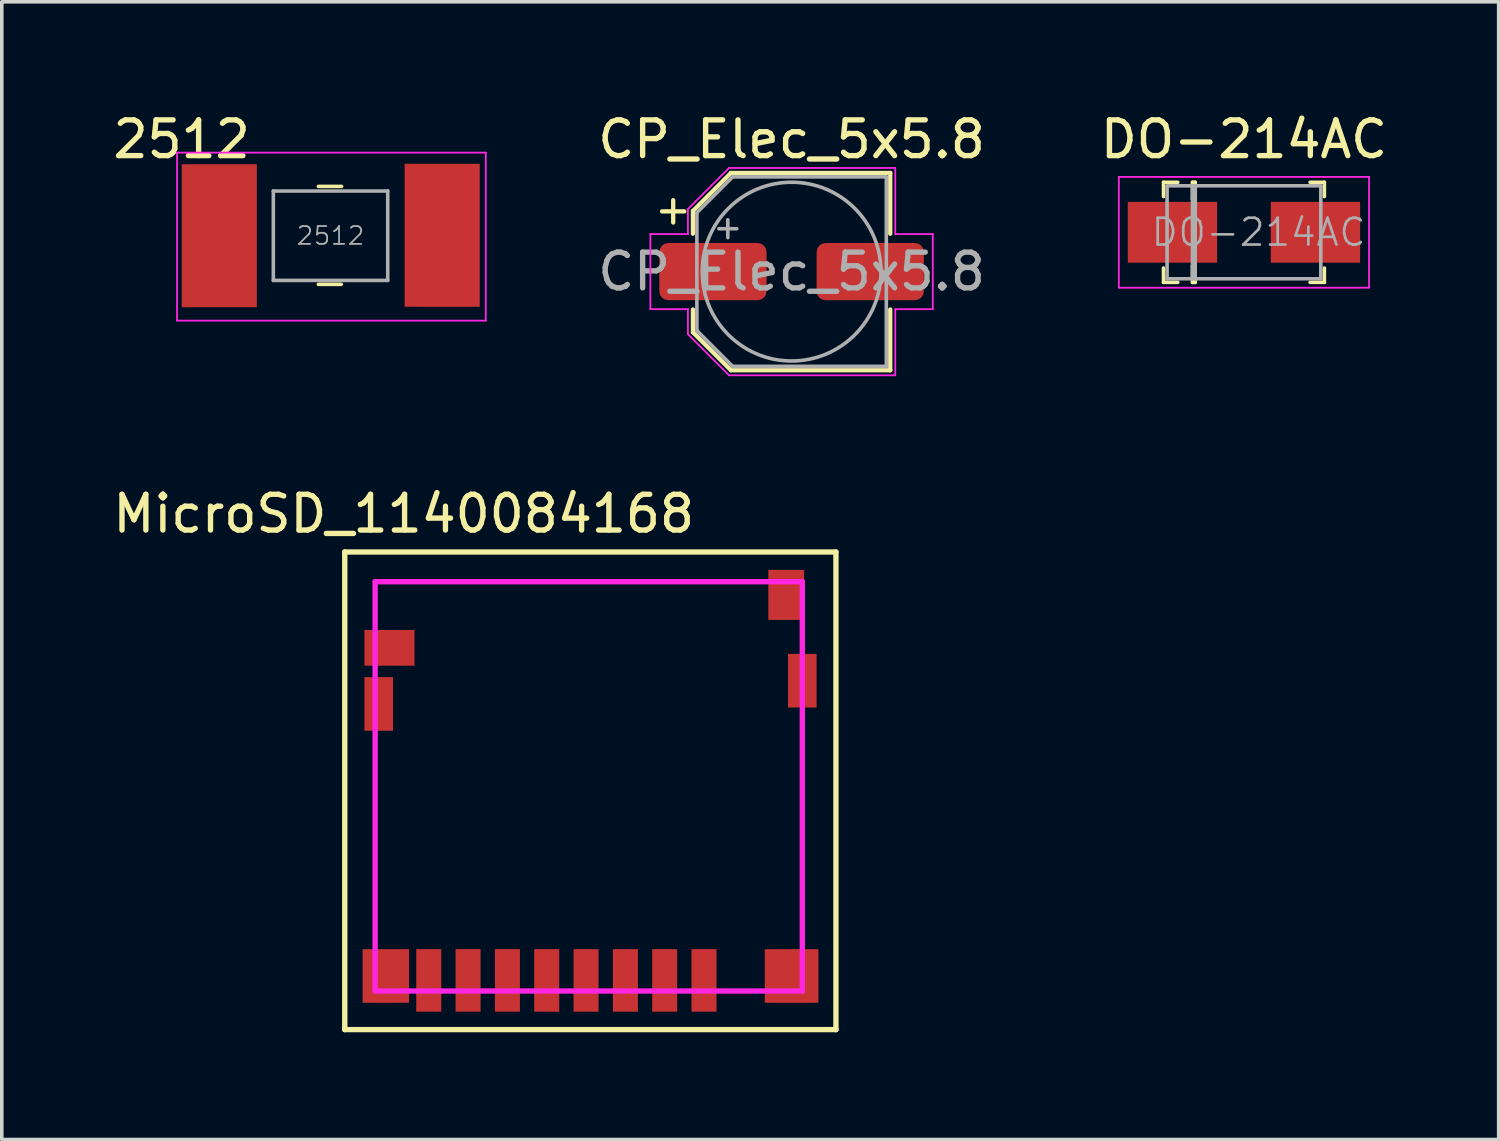
<source format=kicad_pcb>
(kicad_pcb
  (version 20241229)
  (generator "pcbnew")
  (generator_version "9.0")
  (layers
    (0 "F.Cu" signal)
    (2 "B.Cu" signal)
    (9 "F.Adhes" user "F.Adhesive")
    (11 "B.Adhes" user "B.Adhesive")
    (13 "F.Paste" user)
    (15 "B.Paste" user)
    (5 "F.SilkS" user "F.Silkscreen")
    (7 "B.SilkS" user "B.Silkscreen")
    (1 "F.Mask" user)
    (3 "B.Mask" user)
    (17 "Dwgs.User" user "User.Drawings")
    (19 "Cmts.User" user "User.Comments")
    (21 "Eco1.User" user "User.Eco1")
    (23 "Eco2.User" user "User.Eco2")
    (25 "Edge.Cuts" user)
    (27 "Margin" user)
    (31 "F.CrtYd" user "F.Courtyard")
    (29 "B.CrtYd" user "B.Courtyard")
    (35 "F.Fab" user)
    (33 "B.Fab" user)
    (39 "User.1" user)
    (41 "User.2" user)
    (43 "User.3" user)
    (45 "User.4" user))
  (footprint "DO-214AC"
    (layer "F.Cu")
    (at 31.748 3.448)
    (property "Reference" "DO-214AC" (at 0 -2.6 0) (layer "F.SilkS") (effects (font (size 1 1) (thickness 0.15))))
    (attr smd)
    (fp_line (start -2.25 -1.4) (end -2.25 -1) (stroke (width 0.1) (type solid)) (layer "F.SilkS"))
    (fp_line (start -2.25 -1.4) (end -1.85 -1.4) (stroke (width 0.1) (type solid)) (layer "F.SilkS"))
    (fp_line (start -2.25 1.4) (end -2.25 1) (stroke (width 0.1) (type solid)) (layer "F.SilkS"))
    (fp_line (start -2.25 1.4) (end -1.85 1.4) (stroke (width 0.1) (type solid)) (layer "F.SilkS"))
    (fp_line (start -1.44 -1.4) (end -1.44 -0.935) (stroke (width 0.1) (type solid)) (layer "F.SilkS"))
    (fp_line (start -1.44 -0.935) (end -1.364 -0.935) (stroke (width 0.1) (type solid)) (layer "F.SilkS"))
    (fp_line (start -1.44 0.942) (end -1.364 0.942) (stroke (width 0.1) (type solid)) (layer "F.SilkS"))
    (fp_line (start -1.44 1.402) (end -1.44 0.942) (stroke (width 0.1) (type solid)) (layer "F.SilkS"))
    (fp_line (start -1.364 -1.4) (end -1.44 -1.4) (stroke (width 0.1) (type solid)) (layer "F.SilkS"))
    (fp_line (start -1.364 -0.935) (end -1.364 -1.4) (stroke (width 0.1) (type solid)) (layer "F.SilkS"))
    (fp_line (start -1.364 0.942) (end -1.364 1.402) (stroke (width 0.1) (type solid)) (layer "F.SilkS"))
    (fp_line (start -1.364 1.402) (end -1.44 1.402) (stroke (width 0.1) (type solid)) (layer "F.SilkS"))
    (fp_line (start 2.25 -1.4) (end 1.85 -1.4) (stroke (width 0.1) (type solid)) (layer "F.SilkS"))
    (fp_line (start 2.25 -1.4) (end 2.25 -1) (stroke (width 0.1) (type solid)) (layer "F.SilkS"))
    (fp_line (start 2.25 1.4) (end 1.85 1.4) (stroke (width 0.1) (type solid)) (layer "F.SilkS"))
    (fp_line (start 2.25 1.4) (end 2.25 1) (stroke (width 0.1) (type solid)) (layer "F.SilkS"))
    (fp_line (start -3.5 -1.55) (end -3.5 1.55) (stroke (width 0.05) (type solid)) (layer "F.CrtYd"))
    (fp_line (start -3.5 -1.55) (end 3.5 -1.55) (stroke (width 0.05) (type solid)) (layer "F.CrtYd"))
    (fp_line (start -3.5 1.55) (end 3.5 1.55) (stroke (width 0.05) (type solid)) (layer "F.CrtYd"))
    (fp_line (start 3.5 -1.55) (end 3.5 1.55) (stroke (width 0.05) (type solid)) (layer "F.CrtYd"))
    (fp_line (start -2.15 -1.3) (end -2.15 1.3) (stroke (width 0.1) (type solid)) (layer "F.Fab"))
    (fp_line (start -2.15 -1.3) (end 2.15 -1.3) (stroke (width 0.1) (type solid)) (layer "F.Fab"))
    (fp_line (start -2.15 1.3) (end 2.15 1.3) (stroke (width 0.1) (type solid)) (layer "F.Fab"))
    (fp_line (start -1.44 -1.3) (end -1.44 1.3) (stroke (width 0.1) (type solid)) (layer "F.Fab"))
    (fp_line (start -1.44 1.3) (end -1.364 1.3) (stroke (width 0.1) (type solid)) (layer "F.Fab"))
    (fp_line (start -1.364 1.3) (end -1.361 -1.3) (stroke (width 0.1) (type solid)) (layer "F.Fab"))
    (fp_line (start -1.361 -1.3) (end -1.44 -1.3) (stroke (width 0.1) (type solid)) (layer "F.Fab"))
    (fp_line (start 2.15 -1.3) (end 2.15 1.3) (stroke (width 0.1) (type solid)) (layer "F.Fab"))
    (fp_text user "${REFERENCE}" (at 0.409 0 0) (layer "F.Fab") (effects (font (size 0.75 0.75) (thickness 0.075))))
    (pad "A" smd rect (at 2 0) (size 2.5 1.7) (layers "F.Cu" "F.Mask" "F.Paste"))
    (pad "K" smd rect (at -2 0) (size 2.5 1.7) (layers "F.Cu" "F.Mask" "F.Paste")))
  (footprint "2512"
    (layer "F.Cu")
    (at 2.03 5.538)
    (property "Reference" "2512" (at 0 -4.69 0) (layer "F.SilkS") (effects (font (size 1 1) (thickness 0.15))))
    (attr smd)
    (fp_line (start 3.826 -3.374) (end 4.476 -3.374) (stroke (width 0.1) (type solid)) (layer "F.SilkS"))
    (fp_line (start 3.826 -0.634) (end 4.466 -0.634) (stroke (width 0.1) (type solid)) (layer "F.SilkS"))
    (fp_line (start -0.127 -4.318) (end 8.509 -4.318) (stroke (width 0.05) (type solid)) (layer "F.CrtYd"))
    (fp_line (start -0.127 0.381) (end -0.127 -4.318) (stroke (width 0.05) (type solid)) (layer "F.CrtYd"))
    (fp_line (start 8.509 -4.318) (end 8.509 0.381) (stroke (width 0.05) (type solid)) (layer "F.CrtYd"))
    (fp_line (start 8.509 0.381) (end -0.127 0.381) (stroke (width 0.05) (type solid)) (layer "F.CrtYd"))
    (fp_line (start 2.566 -3.244) (end 2.566 -0.744) (stroke (width 0.1) (type solid)) (layer "F.Fab"))
    (fp_line (start 2.566 -3.244) (end 5.766 -3.244) (stroke (width 0.1) (type solid)) (layer "F.Fab"))
    (fp_line (start 2.566 -0.744) (end 5.766 -0.744) (stroke (width 0.1) (type solid)) (layer "F.Fab"))
    (fp_line (start 5.766 -0.744) (end 5.766 -3.244) (stroke (width 0.1) (type solid)) (layer "F.Fab"))
    (fp_text user "${REFERENCE}" (at 4.166 -1.994 0) (layer "F.Fab") (effects (font (size 0.5 0.5) (thickness 0.05))))
    (pad "1" smd rect (at 1.054 -1.994) (size 2.1 4) (layers "F.Cu" "F.Mask" "F.Paste"))
    (pad "2" smd rect (at 7.29 -2.007) (size 2.1 4) (layers "F.Cu" "F.Mask" "F.Paste")))
  (footprint "MicroSD_1140084168"
    (layer "F.Cu")
    (at 13.519 19.072)
    (property "Reference" "MicroSD_1140084168" (at -5.275 -7.75 0) (layer "F.SilkS") (effects (font (size 1 1) (thickness 0.15))))
    (attr smd)
    (fp_line (start -6.925 -6.68) (end -6.925 6.68) (stroke (width 0.15) (type solid)) (layer "F.SilkS"))
    (fp_line (start -6.925 6.68) (end 6.815 6.68) (stroke (width 0.15) (type solid)) (layer "F.SilkS"))
    (fp_line (start 6.815 -6.68) (end -6.925 -6.68) (stroke (width 0.15) (type solid)) (layer "F.SilkS"))
    (fp_line (start 6.815 6.68) (end 6.815 -6.68) (stroke (width 0.15) (type solid)) (layer "F.SilkS"))
    (fp_line (start -6.075 -5.85) (end 5.875 -5.85) (stroke (width 0.15) (type solid)) (layer "F.CrtYd"))
    (fp_line (start -6.075 5.6) (end -6.075 -5.85) (stroke (width 0.15) (type solid)) (layer "F.CrtYd"))
    (fp_line (start 5.875 -5.85) (end 5.875 5.6) (stroke (width 0.15) (type solid)) (layer "F.CrtYd"))
    (fp_line (start 5.875 5.6) (end -6.075 5.6) (stroke (width 0.15) (type solid)) (layer "F.CrtYd"))
    (pad "1" smd rect (at 3.125 5.304 180) (size 0.7 1.75) (layers "F.Cu" "F.Mask" "F.Paste"))
    (pad "2" smd rect (at 2.025 5.304 180) (size 0.7 1.75) (layers "F.Cu" "F.Mask" "F.Paste"))
    (pad "3" smd rect (at 0.925 5.304 180) (size 0.7 1.75) (layers "F.Cu" "F.Mask" "F.Paste"))
    (pad "4" smd rect (at -0.175 5.304 180) (size 0.7 1.75) (layers "F.Cu" "F.Mask" "F.Paste"))
    (pad "5" smd rect (at -1.275 5.304 180) (size 0.7 1.75) (layers "F.Cu" "F.Mask" "F.Paste"))
    (pad "6" smd rect (at -2.375 5.304 180) (size 0.7 1.75) (layers "F.Cu" "F.Mask" "F.Paste"))
    (pad "7" smd rect (at -3.475 5.304 180) (size 0.7 1.75) (layers "F.Cu" "F.Mask" "F.Paste"))
    (pad "8" smd rect (at -4.575 5.304 180) (size 0.7 1.75) (layers "F.Cu" "F.Mask" "F.Paste"))
    (pad "9" smd rect (at -5.675 -4) (size 1.4 1) (layers "F.Cu" "F.Mask" "F.Paste"))
    (pad "10" smd rect (at 5.425 -5.48 90) (size 1.4 1) (layers "F.Cu" "F.Mask" "F.Paste"))
    (pad "~" smd rect (at -5.975 -2.43 90) (size 1.5 0.8) (layers "F.Cu" "F.Mask" "F.Paste"))
    (pad "~" smd rect (at -5.775 5.18) (size 1.3 1.5) (layers "F.Cu" "F.Mask" "F.Paste"))
    (pad "~" smd rect (at 5.575 5.18) (size 1.5 1.5) (layers "F.Cu" "F.Mask" "F.Paste"))
    (pad "~" smd rect (at 5.875 -3.08 90) (size 1.5 0.8) (layers "F.Cu" "F.Mask" "F.Paste")))
  (footprint "CP_Elec_5x5.8"
    (layer "F.Cu")
    (at 19.094 4.548)
    (property "Reference" "CP_Elec_5x5.8" (at 0 -3.7 0) (layer "F.SilkS") (effects (font (size 1 1) (thickness 0.15))))
    (attr smd)
    (fp_line (start -3.625 -1.685) (end -3 -1.685) (stroke (width 0.12) (type solid)) (layer "F.SilkS"))
    (fp_line (start -3.312 -1.998) (end -3.312 -1.373) (stroke (width 0.12) (type solid)) (layer "F.SilkS"))
    (fp_line (start -2.76 -1.696) (end -2.76 -1.06) (stroke (width 0.12) (type solid)) (layer "F.SilkS"))
    (fp_line (start -2.76 -1.696) (end -1.696 -2.76) (stroke (width 0.12) (type solid)) (layer "F.SilkS"))
    (fp_line (start -2.76 1.696) (end -2.76 1.06) (stroke (width 0.12) (type solid)) (layer "F.SilkS"))
    (fp_line (start -2.76 1.696) (end -1.696 2.76) (stroke (width 0.12) (type solid)) (layer "F.SilkS"))
    (fp_line (start -1.696 -2.76) (end 2.76 -2.76) (stroke (width 0.12) (type solid)) (layer "F.SilkS"))
    (fp_line (start -1.696 2.76) (end 2.76 2.76) (stroke (width 0.12) (type solid)) (layer "F.SilkS"))
    (fp_line (start 2.76 -2.76) (end 2.76 -1.06) (stroke (width 0.12) (type solid)) (layer "F.SilkS"))
    (fp_line (start 2.76 2.76) (end 2.76 1.06) (stroke (width 0.12) (type solid)) (layer "F.SilkS"))
    (fp_line (start -3.95 -1.05) (end -3.95 1.05) (stroke (width 0.05) (type solid)) (layer "F.CrtYd"))
    (fp_line (start -3.95 1.05) (end -2.9 1.05) (stroke (width 0.05) (type solid)) (layer "F.CrtYd"))
    (fp_line (start -2.9 -1.75) (end -2.9 -1.05) (stroke (width 0.05) (type solid)) (layer "F.CrtYd"))
    (fp_line (start -2.9 -1.75) (end -1.75 -2.9) (stroke (width 0.05) (type solid)) (layer "F.CrtYd"))
    (fp_line (start -2.9 -1.05) (end -3.95 -1.05) (stroke (width 0.05) (type solid)) (layer "F.CrtYd"))
    (fp_line (start -2.9 1.05) (end -2.9 1.75) (stroke (width 0.05) (type solid)) (layer "F.CrtYd"))
    (fp_line (start -2.9 1.75) (end -1.75 2.9) (stroke (width 0.05) (type solid)) (layer "F.CrtYd"))
    (fp_line (start -1.75 -2.9) (end 2.9 -2.9) (stroke (width 0.05) (type solid)) (layer "F.CrtYd"))
    (fp_line (start -1.75 2.9) (end 2.9 2.9) (stroke (width 0.05) (type solid)) (layer "F.CrtYd"))
    (fp_line (start 2.9 -2.9) (end 2.9 -1.05) (stroke (width 0.05) (type solid)) (layer "F.CrtYd"))
    (fp_line (start 2.9 -1.05) (end 3.95 -1.05) (stroke (width 0.05) (type solid)) (layer "F.CrtYd"))
    (fp_line (start 2.9 1.05) (end 2.9 2.9) (stroke (width 0.05) (type solid)) (layer "F.CrtYd"))
    (fp_line (start 3.95 -1.05) (end 3.95 1.05) (stroke (width 0.05) (type solid)) (layer "F.CrtYd"))
    (fp_line (start 3.95 1.05) (end 2.9 1.05) (stroke (width 0.05) (type solid)) (layer "F.CrtYd"))
    (fp_line (start -2.65 -1.65) (end -2.65 1.65) (stroke (width 0.1) (type solid)) (layer "F.Fab"))
    (fp_line (start -2.65 -1.65) (end -1.65 -2.65) (stroke (width 0.1) (type solid)) (layer "F.Fab"))
    (fp_line (start -2.65 1.65) (end -1.65 2.65) (stroke (width 0.1) (type solid)) (layer "F.Fab"))
    (fp_line (start -2.034 -1.2) (end -1.534 -1.2) (stroke (width 0.1) (type solid)) (layer "F.Fab"))
    (fp_line (start -1.784 -1.45) (end -1.784 -0.95) (stroke (width 0.1) (type solid)) (layer "F.Fab"))
    (fp_line (start -1.65 -2.65) (end 2.65 -2.65) (stroke (width 0.1) (type solid)) (layer "F.Fab"))
    (fp_line (start -1.65 2.65) (end 2.65 2.65) (stroke (width 0.1) (type solid)) (layer "F.Fab"))
    (fp_line (start 2.65 -2.65) (end 2.65 2.65) (stroke (width 0.1) (type solid)) (layer "F.Fab"))
    (fp_circle (center 0 0) (end 2.5 0) (stroke (width 0.1) (type solid)) (fill no) (layer "F.Fab"))
    (fp_text user "${REFERENCE}" (at 0 0 0) (layer "F.Fab") (effects (font (size 1 1) (thickness 0.15))))
    (pad "1" smd roundrect (at -2.2 0) (size 3 1.6) (layers "F.Cu" "F.Mask" "F.Paste") (roundrect_rratio 0.156))
    (pad "2" smd roundrect (at 2.2 0) (size 3 1.6) (layers "F.Cu" "F.Mask" "F.Paste") (roundrect_rratio 0.156)))
  (gr_rect
    (start -3 -3)
    (end 38.873 28.826)
    (stroke (width 0.1) (type default))
    (fill no)
    (layer "Edge.Cuts")))
</source>
